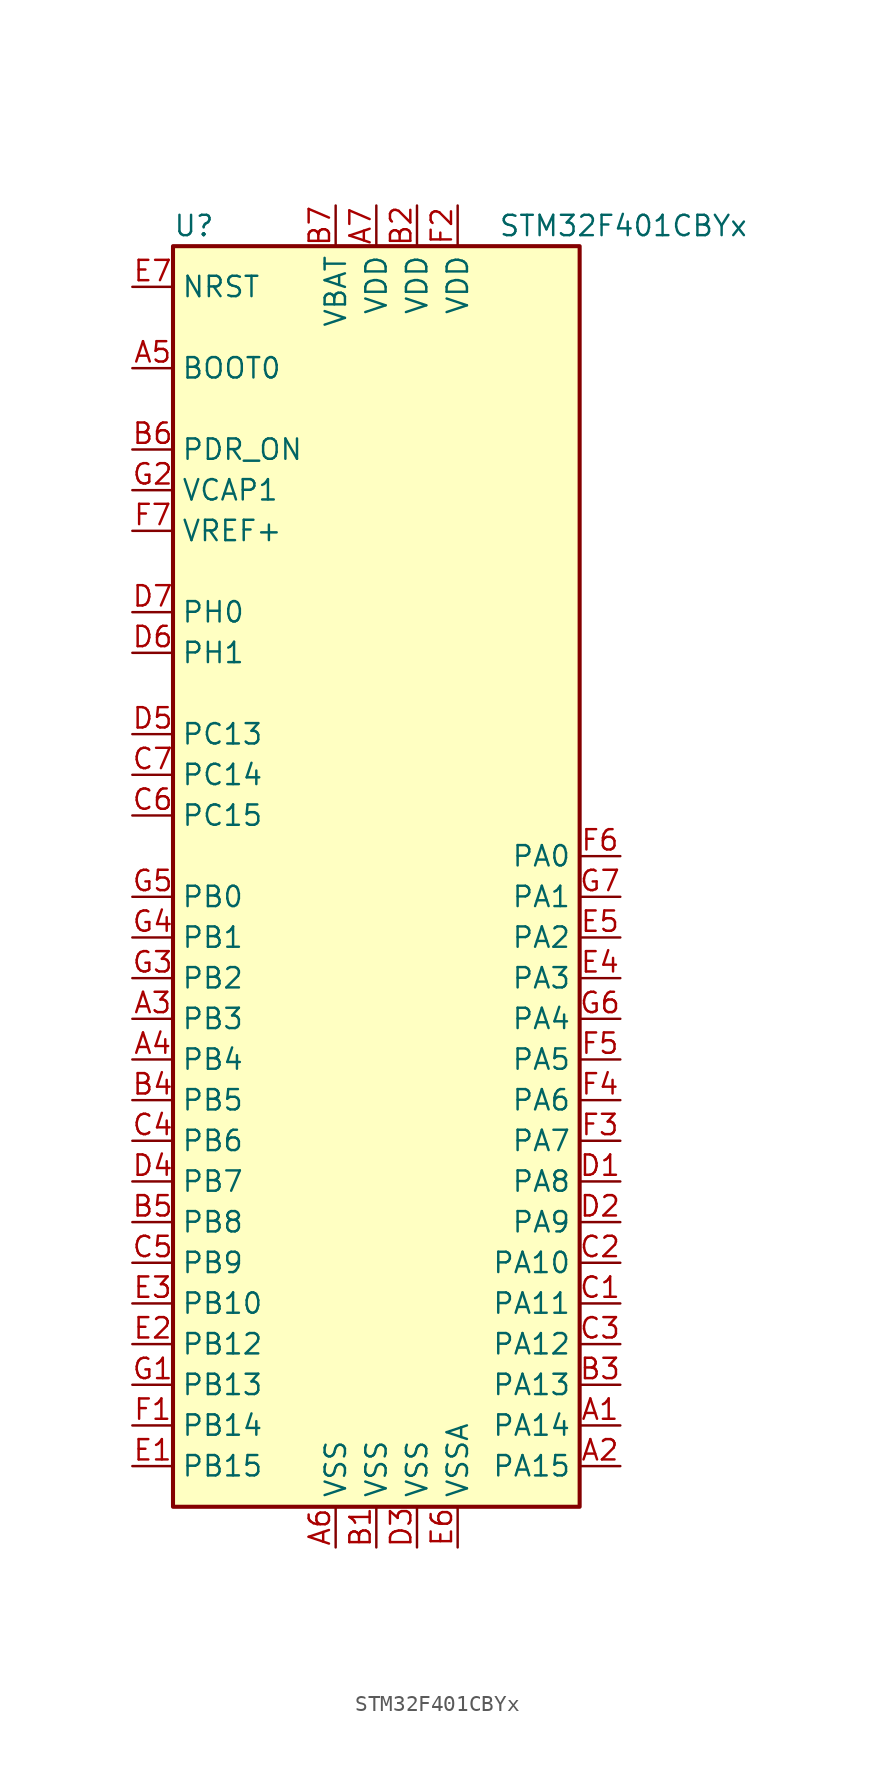
<source format=kicad_sym>
(kicad_symbol_lib
  (version 20201005)
  (generator kicad_symbol_editor)
  (symbol "STM32F401CBYx"
    (property "Reference" "U"
      (at -12.7 39.37 0)
      (effects (font (size 1.27 1.27)) (justify left)))
    (property "Value" "STM32F401CBYx"
      (at 7.62 39.37 0)
      (effects (font (size 1.27 1.27)) (justify left)))
    (symbol "STM32F401CBYx_0_1"
      (rectangle (start -12.7 -40.64) (end 12.7 38.1) (stroke (width 0.254)) (fill (type background))))
    (symbol "STM32F401CBYx_1_1"
      (pin input line (at -15.24 30.48 0) (length 2.54) (name "BOOT0" (effects (font (size 1.27 1.27)))) (number "A5" (effects (font (size 1.27 1.27)))))
      (pin input line (at -15.24 35.56 0) (length 2.54) (name "NRST" (effects (font (size 1.27 1.27)))) (number "E7" (effects (font (size 1.27 1.27)))))
      (pin bidirectional line (at 15.24 0 180) (length 2.54) (name "PA0" (effects (font (size 1.27 1.27)))) (number "F6" (effects (font (size 1.27 1.27)))))
      (pin bidirectional line (at 15.24 -2.54 180) (length 2.54) (name "PA1" (effects (font (size 1.27 1.27)))) (number "G7" (effects (font (size 1.27 1.27)))))
      (pin bidirectional line (at 15.24 -25.4 180) (length 2.54) (name "PA10" (effects (font (size 1.27 1.27)))) (number "C2" (effects (font (size 1.27 1.27)))))
      (pin bidirectional line (at 15.24 -27.94 180) (length 2.54) (name "PA11" (effects (font (size 1.27 1.27)))) (number "C1" (effects (font (size 1.27 1.27)))))
      (pin bidirectional line (at 15.24 -30.48 180) (length 2.54) (name "PA12" (effects (font (size 1.27 1.27)))) (number "C3" (effects (font (size 1.27 1.27)))))
      (pin bidirectional line (at 15.24 -33.02 180) (length 2.54) (name "PA13" (effects (font (size 1.27 1.27)))) (number "B3" (effects (font (size 1.27 1.27)))))
      (pin bidirectional line (at 15.24 -35.56 180) (length 2.54) (name "PA14" (effects (font (size 1.27 1.27)))) (number "A1" (effects (font (size 1.27 1.27)))))
      (pin bidirectional line (at 15.24 -38.1 180) (length 2.54) (name "PA15" (effects (font (size 1.27 1.27)))) (number "A2" (effects (font (size 1.27 1.27)))))
      (pin bidirectional line (at 15.24 -5.08 180) (length 2.54) (name "PA2" (effects (font (size 1.27 1.27)))) (number "E5" (effects (font (size 1.27 1.27)))))
      (pin bidirectional line (at 15.24 -7.62 180) (length 2.54) (name "PA3" (effects (font (size 1.27 1.27)))) (number "E4" (effects (font (size 1.27 1.27)))))
      (pin bidirectional line (at 15.24 -10.16 180) (length 2.54) (name "PA4" (effects (font (size 1.27 1.27)))) (number "G6" (effects (font (size 1.27 1.27)))))
      (pin bidirectional line (at 15.24 -12.7 180) (length 2.54) (name "PA5" (effects (font (size 1.27 1.27)))) (number "F5" (effects (font (size 1.27 1.27)))))
      (pin bidirectional line (at 15.24 -15.24 180) (length 2.54) (name "PA6" (effects (font (size 1.27 1.27)))) (number "F4" (effects (font (size 1.27 1.27)))))
      (pin bidirectional line (at 15.24 -17.78 180) (length 2.54) (name "PA7" (effects (font (size 1.27 1.27)))) (number "F3" (effects (font (size 1.27 1.27)))))
      (pin bidirectional line (at 15.24 -20.32 180) (length 2.54) (name "PA8" (effects (font (size 1.27 1.27)))) (number "D1" (effects (font (size 1.27 1.27)))))
      (pin bidirectional line (at 15.24 -22.86 180) (length 2.54) (name "PA9" (effects (font (size 1.27 1.27)))) (number "D2" (effects (font (size 1.27 1.27)))))
      (pin bidirectional line (at -15.24 -2.54 0) (length 2.54) (name "PB0" (effects (font (size 1.27 1.27)))) (number "G5" (effects (font (size 1.27 1.27)))))
      (pin bidirectional line (at -15.24 -5.08 0) (length 2.54) (name "PB1" (effects (font (size 1.27 1.27)))) (number "G4" (effects (font (size 1.27 1.27)))))
      (pin bidirectional line (at -15.24 -27.94 0) (length 2.54) (name "PB10" (effects (font (size 1.27 1.27)))) (number "E3" (effects (font (size 1.27 1.27)))))
      (pin bidirectional line (at -15.24 -30.48 0) (length 2.54) (name "PB12" (effects (font (size 1.27 1.27)))) (number "E2" (effects (font (size 1.27 1.27)))))
      (pin bidirectional line (at -15.24 -33.02 0) (length 2.54) (name "PB13" (effects (font (size 1.27 1.27)))) (number "G1" (effects (font (size 1.27 1.27)))))
      (pin bidirectional line (at -15.24 -35.56 0) (length 2.54) (name "PB14" (effects (font (size 1.27 1.27)))) (number "F1" (effects (font (size 1.27 1.27)))))
      (pin bidirectional line (at -15.24 -38.1 0) (length 2.54) (name "PB15" (effects (font (size 1.27 1.27)))) (number "E1" (effects (font (size 1.27 1.27)))))
      (pin bidirectional line (at -15.24 -7.62 0) (length 2.54) (name "PB2" (effects (font (size 1.27 1.27)))) (number "G3" (effects (font (size 1.27 1.27)))))
      (pin bidirectional line (at -15.24 -10.16 0) (length 2.54) (name "PB3" (effects (font (size 1.27 1.27)))) (number "A3" (effects (font (size 1.27 1.27)))))
      (pin bidirectional line (at -15.24 -12.7 0) (length 2.54) (name "PB4" (effects (font (size 1.27 1.27)))) (number "A4" (effects (font (size 1.27 1.27)))))
      (pin bidirectional line (at -15.24 -15.24 0) (length 2.54) (name "PB5" (effects (font (size 1.27 1.27)))) (number "B4" (effects (font (size 1.27 1.27)))))
      (pin bidirectional line (at -15.24 -17.78 0) (length 2.54) (name "PB6" (effects (font (size 1.27 1.27)))) (number "C4" (effects (font (size 1.27 1.27)))))
      (pin bidirectional line (at -15.24 -20.32 0) (length 2.54) (name "PB7" (effects (font (size 1.27 1.27)))) (number "D4" (effects (font (size 1.27 1.27)))))
      (pin bidirectional line (at -15.24 -22.86 0) (length 2.54) (name "PB8" (effects (font (size 1.27 1.27)))) (number "B5" (effects (font (size 1.27 1.27)))))
      (pin bidirectional line (at -15.24 -25.4 0) (length 2.54) (name "PB9" (effects (font (size 1.27 1.27)))) (number "C5" (effects (font (size 1.27 1.27)))))
      (pin bidirectional line (at -15.24 7.62 0) (length 2.54) (name "PC13" (effects (font (size 1.27 1.27)))) (number "D5" (effects (font (size 1.27 1.27)))))
      (pin bidirectional line (at -15.24 5.08 0) (length 2.54) (name "PC14" (effects (font (size 1.27 1.27)))) (number "C7" (effects (font (size 1.27 1.27)))))
      (pin bidirectional line (at -15.24 2.54 0) (length 2.54) (name "PC15" (effects (font (size 1.27 1.27)))) (number "C6" (effects (font (size 1.27 1.27)))))
      (pin power_in line (at -15.24 25.4 0) (length 2.54) (name "PDR_ON" (effects (font (size 1.27 1.27)))) (number "B6" (effects (font (size 1.27 1.27)))))
      (pin input line (at -15.24 15.24 0) (length 2.54) (name "PH0" (effects (font (size 1.27 1.27)))) (number "D7" (effects (font (size 1.27 1.27)))))
      (pin input line (at -15.24 12.7 0) (length 2.54) (name "PH1" (effects (font (size 1.27 1.27)))) (number "D6" (effects (font (size 1.27 1.27)))))
      (pin power_in line (at -2.54 40.64 270) (length 2.54) (name "VBAT" (effects (font (size 1.27 1.27)))) (number "B7" (effects (font (size 1.27 1.27)))))
      (pin power_in line (at -15.24 22.86 0) (length 2.54) (name "VCAP1" (effects (font (size 1.27 1.27)))) (number "G2" (effects (font (size 1.27 1.27)))))
      (pin power_in line (at 0 40.64 270) (length 2.54) (name "VDD" (effects (font (size 1.27 1.27)))) (number "A7" (effects (font (size 1.27 1.27)))))
      (pin power_in line (at 2.54 40.64 270) (length 2.54) (name "VDD" (effects (font (size 1.27 1.27)))) (number "B2" (effects (font (size 1.27 1.27)))))
      (pin power_in line (at 5.08 40.64 270) (length 2.54) (name "VDD" (effects (font (size 1.27 1.27)))) (number "F2" (effects (font (size 1.27 1.27)))))
      (pin power_in line (at -15.24 20.32 0) (length 2.54) (name "VREF+" (effects (font (size 1.27 1.27)))) (number "F7" (effects (font (size 1.27 1.27)))))
      (pin power_in line (at -2.54 -43.18 90) (length 2.54) (name "VSS" (effects (font (size 1.27 1.27)))) (number "A6" (effects (font (size 1.27 1.27)))))
      (pin power_in line (at 0 -43.18 90) (length 2.54) (name "VSS" (effects (font (size 1.27 1.27)))) (number "B1" (effects (font (size 1.27 1.27)))))
      (pin power_in line (at 2.54 -43.18 90) (length 2.54) (name "VSS" (effects (font (size 1.27 1.27)))) (number "D3" (effects (font (size 1.27 1.27)))))
      (pin power_in line (at 5.08 -43.18 90) (length 2.54) (name "VSSA" (effects (font (size 1.27 1.27)))) (number "E6" (effects (font (size 1.27 1.27))))))))
</source>
